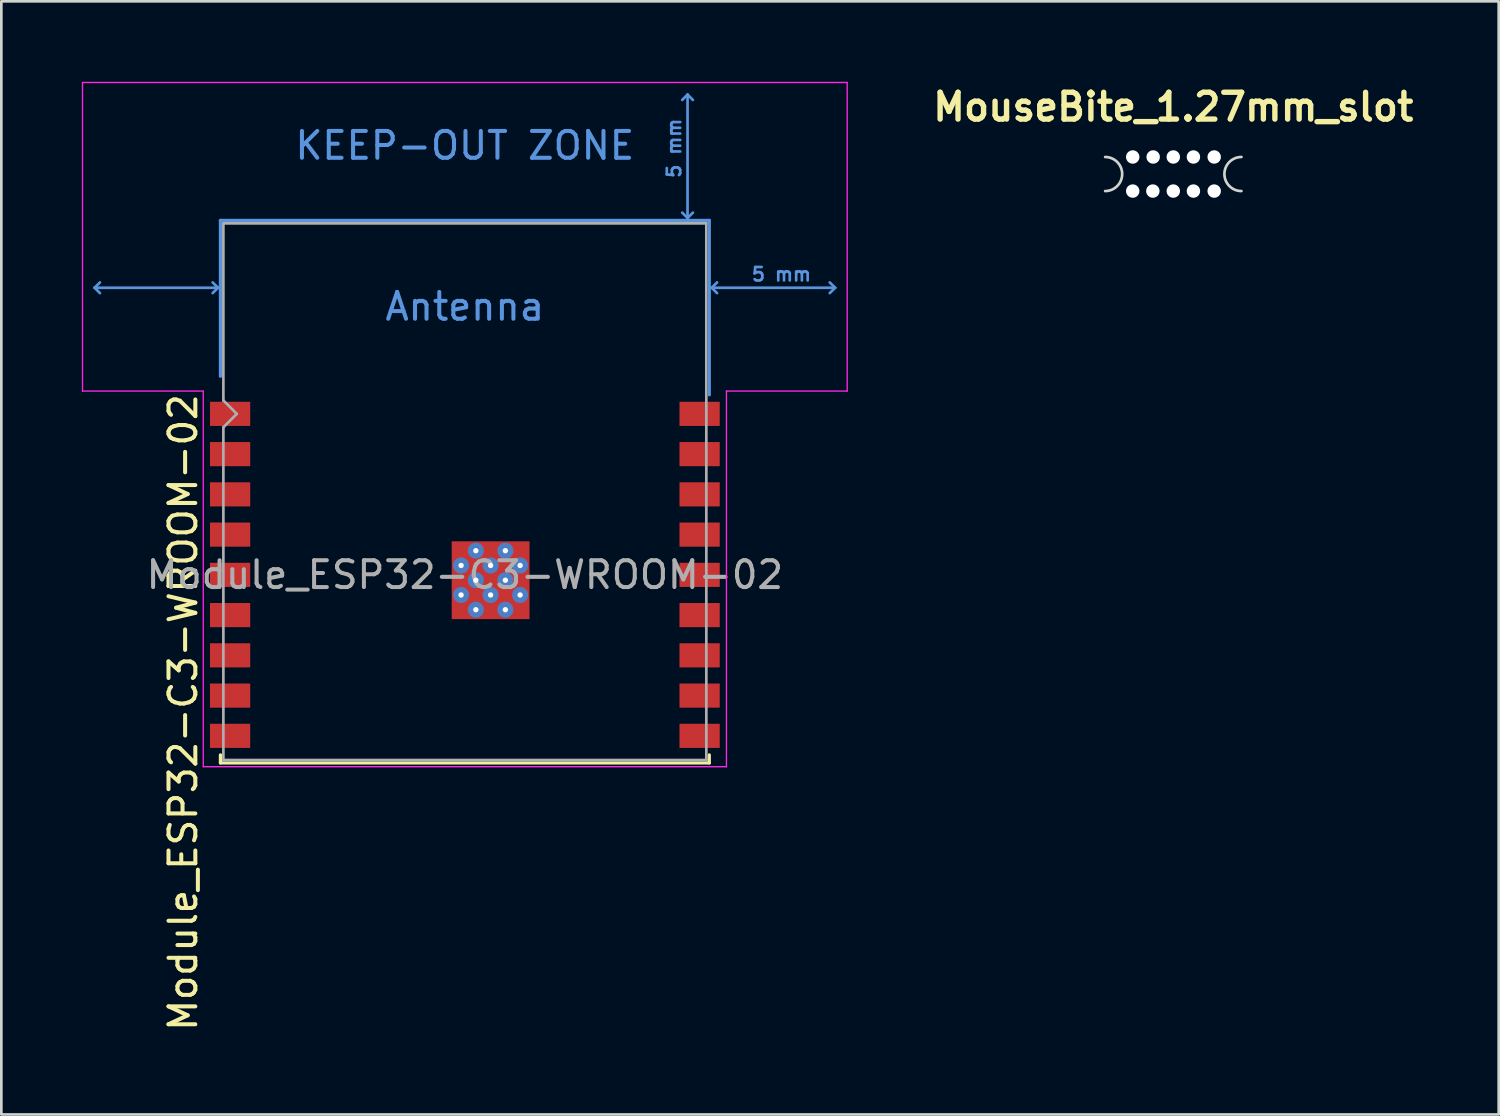
<source format=kicad_pcb>
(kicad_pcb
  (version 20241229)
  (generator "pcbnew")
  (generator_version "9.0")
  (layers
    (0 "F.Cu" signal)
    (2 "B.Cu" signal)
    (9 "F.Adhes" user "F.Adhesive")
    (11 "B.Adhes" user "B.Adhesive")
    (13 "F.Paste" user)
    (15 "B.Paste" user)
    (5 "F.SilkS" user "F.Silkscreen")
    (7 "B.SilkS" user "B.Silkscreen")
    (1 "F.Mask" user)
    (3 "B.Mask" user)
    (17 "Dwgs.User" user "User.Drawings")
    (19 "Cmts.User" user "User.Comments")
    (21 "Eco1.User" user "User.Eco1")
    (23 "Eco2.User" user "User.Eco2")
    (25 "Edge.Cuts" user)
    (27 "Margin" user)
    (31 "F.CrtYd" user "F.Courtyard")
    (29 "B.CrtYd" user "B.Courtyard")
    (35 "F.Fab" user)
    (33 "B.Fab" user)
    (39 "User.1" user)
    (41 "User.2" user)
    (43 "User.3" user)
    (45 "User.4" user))
  (footprint "Module_ESP32-C3-WROOM-02"
    (layer "F.Cu")
    (at 14.275 18.375)
    (property "Reference" "Module_ESP32-C3-WROOM-02" (at -10.5 5.13 90) (layer "F.SilkS") (effects (font (size 1 1) (thickness 0.15))))
    (attr smd)
    (fp_line (start -9.11 6.71) (end -9.11 7.01) (stroke (width 0.12) (type solid)) (layer "F.SilkS"))
    (fp_line (start -9.11 7.01) (end 9.11 7.01) (stroke (width 0.12) (type solid)) (layer "F.SilkS"))
    (fp_line (start 9.11 6.71) (end 9.11 7.01) (stroke (width 0.12) (type solid)) (layer "F.SilkS"))
    (fp_line (start -13.8 -10.7) (end -13.6 -10.9) (stroke (width 0.1) (type solid)) (layer "Cmts.User"))
    (fp_line (start -13.8 -10.7) (end -13.6 -10.5) (stroke (width 0.1) (type solid)) (layer "Cmts.User"))
    (fp_line (start -13.8 -10.7) (end -9.2 -10.7) (stroke (width 0.1) (type solid)) (layer "Cmts.User"))
    (fp_line (start -9.2 -10.7) (end -9.4 -10.9) (stroke (width 0.1) (type solid)) (layer "Cmts.User"))
    (fp_line (start -9.2 -10.7) (end -9.4 -10.5) (stroke (width 0.1) (type solid)) (layer "Cmts.User"))
    (fp_line (start -9.11 -13.21) (end -9.11 -7.4) (stroke (width 0.12) (type solid)) (layer "Cmts.User"))
    (fp_line (start -9.11 -13.21) (end 9.11 -13.21) (stroke (width 0.12) (type solid)) (layer "Cmts.User"))
    (fp_line (start 8.3 -17.9) (end 8.1 -17.7) (stroke (width 0.1) (type solid)) (layer "Cmts.User"))
    (fp_line (start 8.3 -17.9) (end 8.5 -17.7) (stroke (width 0.1) (type solid)) (layer "Cmts.User"))
    (fp_line (start 8.3 -13.3) (end 8.1 -13.5) (stroke (width 0.1) (type solid)) (layer "Cmts.User"))
    (fp_line (start 8.3 -13.3) (end 8.3 -17.9) (stroke (width 0.1) (type solid)) (layer "Cmts.User"))
    (fp_line (start 8.3 -13.3) (end 8.5 -13.5) (stroke (width 0.1) (type solid)) (layer "Cmts.User"))
    (fp_line (start 9.11 -13.21) (end 9.11 -6.71) (stroke (width 0.12) (type solid)) (layer "Cmts.User"))
    (fp_line (start 9.2 -10.7) (end 9.4 -10.9) (stroke (width 0.1) (type solid)) (layer "Cmts.User"))
    (fp_line (start 9.2 -10.7) (end 9.4 -10.5) (stroke (width 0.1) (type solid)) (layer "Cmts.User"))
    (fp_line (start 9.2 -10.7) (end 13.8 -10.7) (stroke (width 0.1) (type solid)) (layer "Cmts.User"))
    (fp_line (start 13.8 -10.7) (end 13.6 -10.9) (stroke (width 0.1) (type solid)) (layer "Cmts.User"))
    (fp_line (start 13.8 -10.7) (end 13.6 -10.5) (stroke (width 0.1) (type solid)) (layer "Cmts.User"))
    (fp_line (start -14.25 -18.35) (end -14.25 -6.85) (stroke (width 0.05) (type solid)) (layer "F.CrtYd"))
    (fp_line (start -14.25 -18.35) (end 14.25 -18.35) (stroke (width 0.05) (type solid)) (layer "F.CrtYd"))
    (fp_line (start -14.25 -6.85) (end -9.75 -6.85) (stroke (width 0.05) (type solid)) (layer "F.CrtYd"))
    (fp_line (start -9.75 7.15) (end -9.75 -6.85) (stroke (width 0.05) (type solid)) (layer "F.CrtYd"))
    (fp_line (start -9.75 7.15) (end 9.75 7.15) (stroke (width 0.05) (type solid)) (layer "F.CrtYd"))
    (fp_line (start 9.75 -6.85) (end 9.75 7.15) (stroke (width 0.05) (type solid)) (layer "F.CrtYd"))
    (fp_line (start 9.75 -6.85) (end 14.25 -6.85) (stroke (width 0.05) (type solid)) (layer "F.CrtYd"))
    (fp_line (start 14.25 -18.35) (end 14.25 -6.85) (stroke (width 0.05) (type solid)) (layer "F.CrtYd"))
    (fp_line (start -9 -13.1) (end -9 -6.5) (stroke (width 0.1) (type solid)) (layer "F.Fab"))
    (fp_line (start -9 -13.1) (end 9 -13.1) (stroke (width 0.1) (type solid)) (layer "F.Fab"))
    (fp_line (start -9 -6.5) (end -8.5 -6) (stroke (width 0.1) (type solid)) (layer "F.Fab"))
    (fp_line (start -9 -5.5) (end -9 6.9) (stroke (width 0.1) (type solid)) (layer "F.Fab"))
    (fp_line (start -9 6.9) (end 9 6.9) (stroke (width 0.1) (type solid)) (layer "F.Fab"))
    (fp_line (start -8.5 -6) (end -9 -5.5) (stroke (width 0.1) (type solid)) (layer "F.Fab"))
    (fp_line (start 9 6.9) (end 9 -13.1) (stroke (width 0.1) (type solid)) (layer "F.Fab"))
    (fp_text user "KEEP-OUT ZONE" (at 0 -16 0) (layer "Cmts.User") (effects (font (size 1 1) (thickness 0.15))))
    (fp_text user "Antenna" (at 0 -10 0) (layer "Cmts.User") (effects (font (size 1 1) (thickness 0.15))))
    (fp_text user "5 mm" (at 7.8 -15.9 90) (layer "Cmts.User") (effects (font (size 0.5 0.5) (thickness 0.1))))
    (fp_text user "5 mm" (at 11.8 -11.2 0) (layer "Cmts.User") (effects (font (size 0.5 0.5) (thickness 0.1))))
    (fp_text user "${REFERENCE}" (at 0 0 0) (layer "F.Fab") (effects (font (size 1 1) (thickness 0.15))))
    (pad "" smd rect (at -0.14 -0.9) (size 0.7 0.7) (layers "F.Paste"))
    (pad "" smd rect (at -0.14 0.2) (size 0.7 0.7) (layers "F.Paste"))
    (pad "" smd rect (at -0.14 1.3) (size 0.7 0.7) (layers "F.Paste"))
    (pad "" smd rect (at 0.96 -0.9) (size 0.7 0.7) (layers "F.Paste"))
    (pad "" smd rect (at 0.96 0.2) (size 0.7 0.7) (layers "F.Paste"))
    (pad "" smd rect (at 0.96 1.3) (size 0.7 0.7) (layers "F.Paste"))
    (pad "" smd rect (at 2.06 -0.9) (size 0.7 0.7) (layers "F.Paste"))
    (pad "" smd rect (at 2.06 0.2) (size 0.7 0.7) (layers "F.Paste"))
    (pad "" smd rect (at 2.06 1.3) (size 0.7 0.7) (layers "F.Paste"))
    (pad "1" smd rect (at -8.75 -6) (size 1.5 0.9) (layers "F.Cu" "F.Mask" "F.Paste"))
    (pad "2" smd rect (at -8.75 -4.5) (size 1.5 0.9) (layers "F.Cu" "F.Mask" "F.Paste"))
    (pad "3" smd rect (at -8.75 -3) (size 1.5 0.9) (layers "F.Cu" "F.Mask" "F.Paste"))
    (pad "4" smd rect (at -8.75 -1.5) (size 1.5 0.9) (layers "F.Cu" "F.Mask" "F.Paste"))
    (pad "5" smd rect (at -8.75 0) (size 1.5 0.9) (layers "F.Cu" "F.Mask" "F.Paste"))
    (pad "6" smd rect (at -8.75 1.5) (size 1.5 0.9) (layers "F.Cu" "F.Mask" "F.Paste"))
    (pad "7" smd rect (at -8.75 3) (size 1.5 0.9) (layers "F.Cu" "F.Mask" "F.Paste"))
    (pad "8" smd rect (at -8.75 4.5) (size 1.5 0.9) (layers "F.Cu" "F.Mask" "F.Paste"))
    (pad "9" smd rect (at -8.75 6) (size 1.5 0.9) (layers "F.Cu" "F.Mask" "F.Paste"))
    (pad "10" smd rect (at 8.75 6) (size 1.5 0.9) (layers "F.Cu" "F.Mask" "F.Paste"))
    (pad "11" smd rect (at 8.75 4.5) (size 1.5 0.9) (layers "F.Cu" "F.Mask" "F.Paste"))
    (pad "12" smd rect (at 8.75 3) (size 1.5 0.9) (layers "F.Cu" "F.Mask" "F.Paste"))
    (pad "13" smd rect (at 8.75 1.5) (size 1.5 0.9) (layers "F.Cu" "F.Mask" "F.Paste"))
    (pad "14" smd rect (at 8.75 0) (size 1.5 0.9) (layers "F.Cu" "F.Mask" "F.Paste"))
    (pad "15" smd rect (at 8.75 -1.5) (size 1.5 0.9) (layers "F.Cu" "F.Mask" "F.Paste"))
    (pad "16" smd rect (at 8.75 -3) (size 1.5 0.9) (layers "F.Cu" "F.Mask" "F.Paste"))
    (pad "17" smd rect (at 8.75 -4.5) (size 1.5 0.9) (layers "F.Cu" "F.Mask" "F.Paste"))
    (pad "18" smd rect (at 8.75 -6) (size 1.5 0.9) (layers "F.Cu" "F.Mask" "F.Paste"))
    (pad "19" thru_hole circle (at -0.14 -0.35) (size 0.6 0.6) (drill 0.2) (property pad_prop_heatsink) (layers "*.Cu" "F.Mask"))
    (pad "19" thru_hole circle (at -0.14 0.75) (size 0.6 0.6) (drill 0.2) (property pad_prop_heatsink) (layers "*.Cu" "F.Mask"))
    (pad "19" thru_hole circle (at 0.41 -0.9) (size 0.6 0.6) (drill 0.2) (property pad_prop_heatsink) (layers "*.Cu" "F.Mask"))
    (pad "19" thru_hole circle (at 0.41 0.2) (size 0.6 0.6) (drill 0.2) (property pad_prop_heatsink) (layers "*.Cu" "F.Mask"))
    (pad "19" thru_hole circle (at 0.41 1.3) (size 0.6 0.6) (drill 0.2) (property pad_prop_heatsink) (layers "*.Cu" "F.Mask"))
    (pad "19" thru_hole circle (at 0.96 -0.35) (size 0.6 0.6) (drill 0.2) (property pad_prop_heatsink) (layers "*.Cu" "F.Mask"))
    (pad "19" smd rect (at 0.96 0.2) (size 2.9 2.9) (property pad_prop_heatsink) (layers "F.Cu" "F.Mask"))
    (pad "19" thru_hole circle (at 0.96 0.75) (size 0.6 0.6) (drill 0.2) (property pad_prop_heatsink) (layers "*.Cu" "F.Mask"))
    (pad "19" thru_hole circle (at 1.51 -0.9) (size 0.6 0.6) (drill 0.2) (property pad_prop_heatsink) (layers "*.Cu" "F.Mask"))
    (pad "19" thru_hole circle (at 1.51 0.2) (size 0.6 0.6) (drill 0.2) (property pad_prop_heatsink) (layers "*.Cu" "F.Mask"))
    (pad "19" thru_hole circle (at 1.51 1.3) (size 0.6 0.6) (drill 0.2) (property pad_prop_heatsink) (layers "*.Cu" "F.Mask"))
    (pad "19" thru_hole circle (at 2.06 -0.35) (size 0.6 0.6) (drill 0.2) (property pad_prop_heatsink) (layers "*.Cu" "F.Mask"))
    (pad "19" thru_hole circle (at 2.06 0.75) (size 0.6 0.6) (drill 0.2) (property pad_prop_heatsink) (layers "*.Cu" "F.Mask"))
    (zone (net_name "") (layers "F.Cu" "B.Cu") (hatch full 0.508) (connect_pads) (min_thickness 0.254) (filled_areas_thickness no) (keepout (tracks not_allowed) (vias not_allowed) (pads not_allowed) (copperpour not_allowed) (footprints not_allowed)) (placement (enabled no)) (fill) (polygon (pts (xy 0.275 11.275) (xy 28.275 11.275) (xy 28.275 0.275) (xy 0.275 0.275)))))
  (footprint "MouseBite_1.27mm_slot"
    (layer "F.Cu")
    (at 40.679 3.436)
    (property "Reference" "MouseBite_1.27mm_slot" (at 0 -2.5 0) (layer "F.SilkS") (effects (font (size 1 1) (thickness 0.2))))
    (attr through_hole)
    (fp_arc (start -2.54 -0.635) (mid -1.905 0) (end -2.54 0.635) (stroke (width 0.1) (type solid)) (layer "Edge.Cuts"))
    (fp_arc (start 2.54 0.635) (mid 1.905 0) (end 2.54 -0.635) (stroke (width 0.1) (type solid)) (layer "Edge.Cuts"))
    (pad "" np_thru_hole circle (at -1.512 -0.635) (size 0.5 0.5) (drill 0.5) (layers "*.Cu" "*.Mask"))
    (pad "" np_thru_hole circle (at -1.512 0.635) (size 0.5 0.5) (drill 0.5) (layers "*.Cu" "*.Mask"))
    (pad "" np_thru_hole circle (at -0.762 0.635) (size 0.5 0.5) (drill 0.5) (layers "*.Cu" "*.Mask"))
    (pad "" np_thru_hole circle (at -0.75 -0.635) (size 0.5 0.5) (drill 0.5) (layers "*.Cu" "*.Mask"))
    (pad "" np_thru_hole circle (at 0 -0.635) (size 0.5 0.5) (drill 0.5) (layers "*.Cu" "*.Mask"))
    (pad "" np_thru_hole circle (at 0 0.635) (size 0.5 0.5) (drill 0.5) (layers "*.Cu" "*.Mask"))
    (pad "" np_thru_hole circle (at 0.75 -0.635) (size 0.5 0.5) (drill 0.5) (layers "*.Cu" "*.Mask"))
    (pad "" np_thru_hole circle (at 0.75 0.635) (size 0.5 0.5) (drill 0.5) (layers "*.Cu" "*.Mask"))
    (pad "" np_thru_hole circle (at 1.524 -0.635) (size 0.5 0.5) (drill 0.5) (layers "*.Cu" "*.Mask"))
    (pad "" np_thru_hole circle (at 1.524 0.635) (size 0.5 0.5) (drill 0.5) (layers "*.Cu" "*.Mask")))
  (gr_rect
    (start -3 -3)
    (end 52.807 38.487)
    (stroke (width 0.1) (type default))
    (fill no)
    (layer "Edge.Cuts")))
</source>
